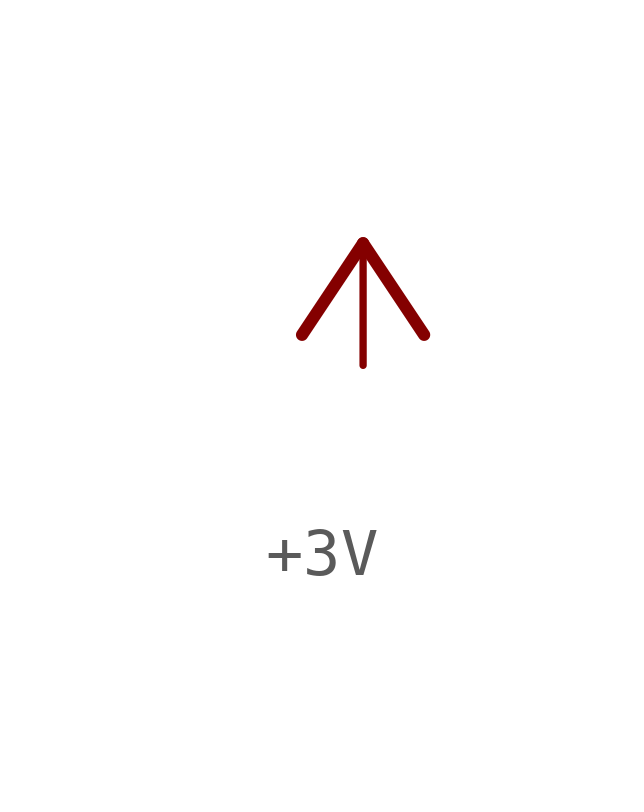
<source format=kicad_sym>
(kicad_symbol_lib
  (version 20231120)
  (generator "kicad_symbol_editor")
  (generator_version "8.0")
  (symbol "+3V"
    (power)
    (property "Reference" ""
      (at 0 0 0)
      (effects (font (size 1.27 1.27)) (hide yes)))
    (property "Value" ""
      (at -2.54 -2.54 90)
      (effects (font (size 1.778 1.511)) (justify left bottom)))
    (property "ki_locked" ""
      (at 0 0 0)
      (effects (font (size 1.27 1.27))))
    (symbol "+3V_1_0"
      (polyline (pts (xy 0 2.54) (xy -1.27 0.635)) (stroke (width 0.254) (type solid)) (fill (type none)))
      (polyline (pts (xy 1.27 0.635) (xy 0 2.54)) (stroke (width 0.254) (type solid)) (fill (type none)))
      (pin power_in line (at 0 0 90) (length 2.54) (name "+3V" (effects (font (size 0 0)))) (number "1" (effects (font (size 0 0))))))))
</source>
